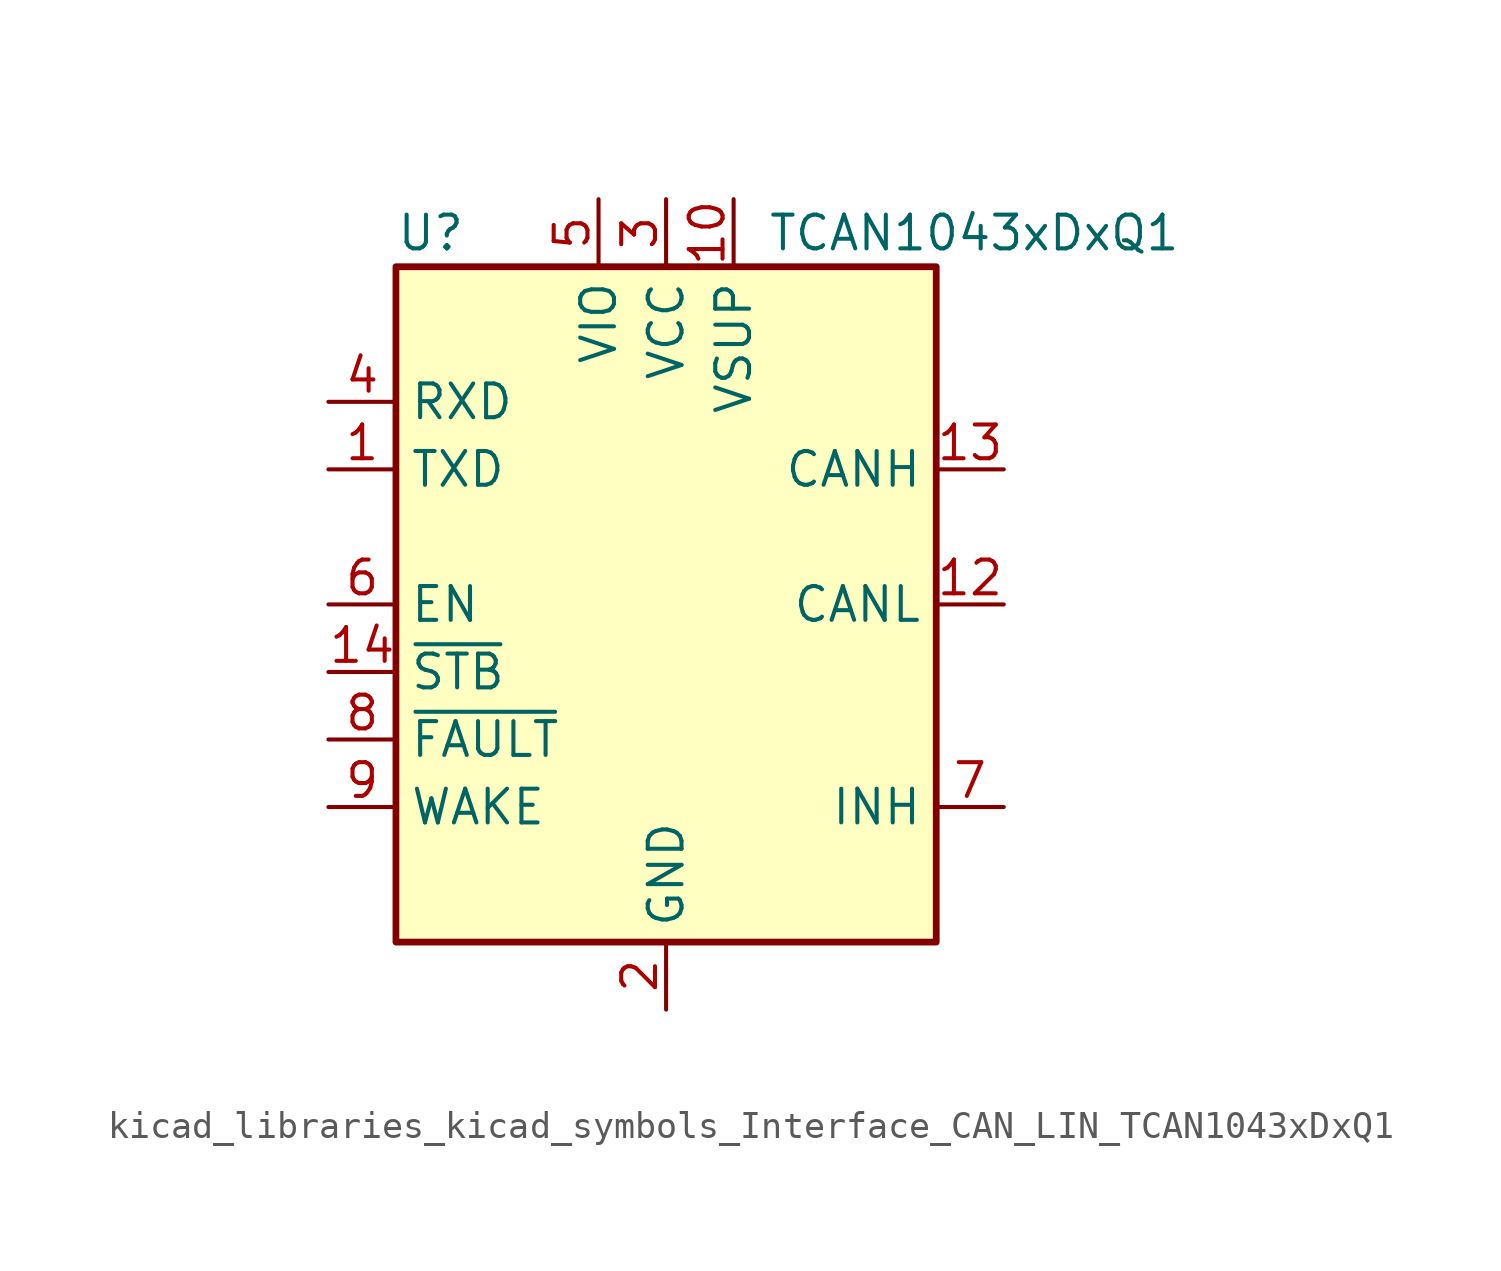
<source format=kicad_sym>
(kicad_symbol_lib
  (version 20220914)
  (generator kicad_symbol_editor)
  (symbol "kicad_libraries_kicad_symbols_Interface_CAN_LIN_TCAN1043xDxQ1"
    (property "Reference" "U"
      (at -10.16 13.97 0)
      (effects (font (size 1.27 1.27)) (justify left)))
    (property "Value" "TCAN1043xDxQ1"
      (at 3.81 13.97 0)
      (effects (font (size 1.27 1.27)) (justify left)))
    (symbol "kicad_libraries_kicad_symbols_Interface_CAN_LIN_TCAN1043xDxQ1_0_1"
      (rectangle (start -10.16 12.7) (end 10.16 -12.7) (stroke (width 0.254) (type default)) (fill (type background))))
    (symbol "kicad_libraries_kicad_symbols_Interface_CAN_LIN_TCAN1043xDxQ1_1_1"
      (pin input line (at -12.7 5.08 0) (length 2.54) (name "TXD" (effects (font (size 1.27 1.27)))) (number "1" (effects (font (size 1.27 1.27)))))
      (pin power_in line (at 2.54 15.24 270) (length 2.54) (name "VSUP" (effects (font (size 1.27 1.27)))) (number "10" (effects (font (size 1.27 1.27)))))
      (pin no_connect line (at 10.16 -10.16 180) (length 2.54) hide (name "NC" (effects (font (size 1.27 1.27)))) (number "11" (effects (font (size 1.27 1.27)))))
      (pin bidirectional line (at 12.7 0 180) (length 2.54) (name "CANL" (effects (font (size 1.27 1.27)))) (number "12" (effects (font (size 1.27 1.27)))))
      (pin bidirectional line (at 12.7 5.08 180) (length 2.54) (name "CANH" (effects (font (size 1.27 1.27)))) (number "13" (effects (font (size 1.27 1.27)))))
      (pin input line (at -12.7 -2.54 0) (length 2.54) (name "~{STB}" (effects (font (size 1.27 1.27)))) (number "14" (effects (font (size 1.27 1.27)))))
      (pin power_in line (at 0 -15.24 90) (length 2.54) (name "GND" (effects (font (size 1.27 1.27)))) (number "2" (effects (font (size 1.27 1.27)))))
      (pin power_in line (at 0 15.24 270) (length 2.54) (name "VCC" (effects (font (size 1.27 1.27)))) (number "3" (effects (font (size 1.27 1.27)))))
      (pin output line (at -12.7 7.62 0) (length 2.54) (name "RXD" (effects (font (size 1.27 1.27)))) (number "4" (effects (font (size 1.27 1.27)))))
      (pin power_in line (at -2.54 15.24 270) (length 2.54) (name "VIO" (effects (font (size 1.27 1.27)))) (number "5" (effects (font (size 1.27 1.27)))))
      (pin input line (at -12.7 0 0) (length 2.54) (name "EN" (effects (font (size 1.27 1.27)))) (number "6" (effects (font (size 1.27 1.27)))))
      (pin open_emitter line (at 12.7 -7.62 180) (length 2.54) (name "INH" (effects (font (size 1.27 1.27)))) (number "7" (effects (font (size 1.27 1.27)))))
      (pin output line (at -12.7 -5.08 0) (length 2.54) (name "~{FAULT}" (effects (font (size 1.27 1.27)))) (number "8" (effects (font (size 1.27 1.27)))))
      (pin input line (at -12.7 -7.62 0) (length 2.54) (name "WAKE" (effects (font (size 1.27 1.27)))) (number "9" (effects (font (size 1.27 1.27))))))))
</source>
